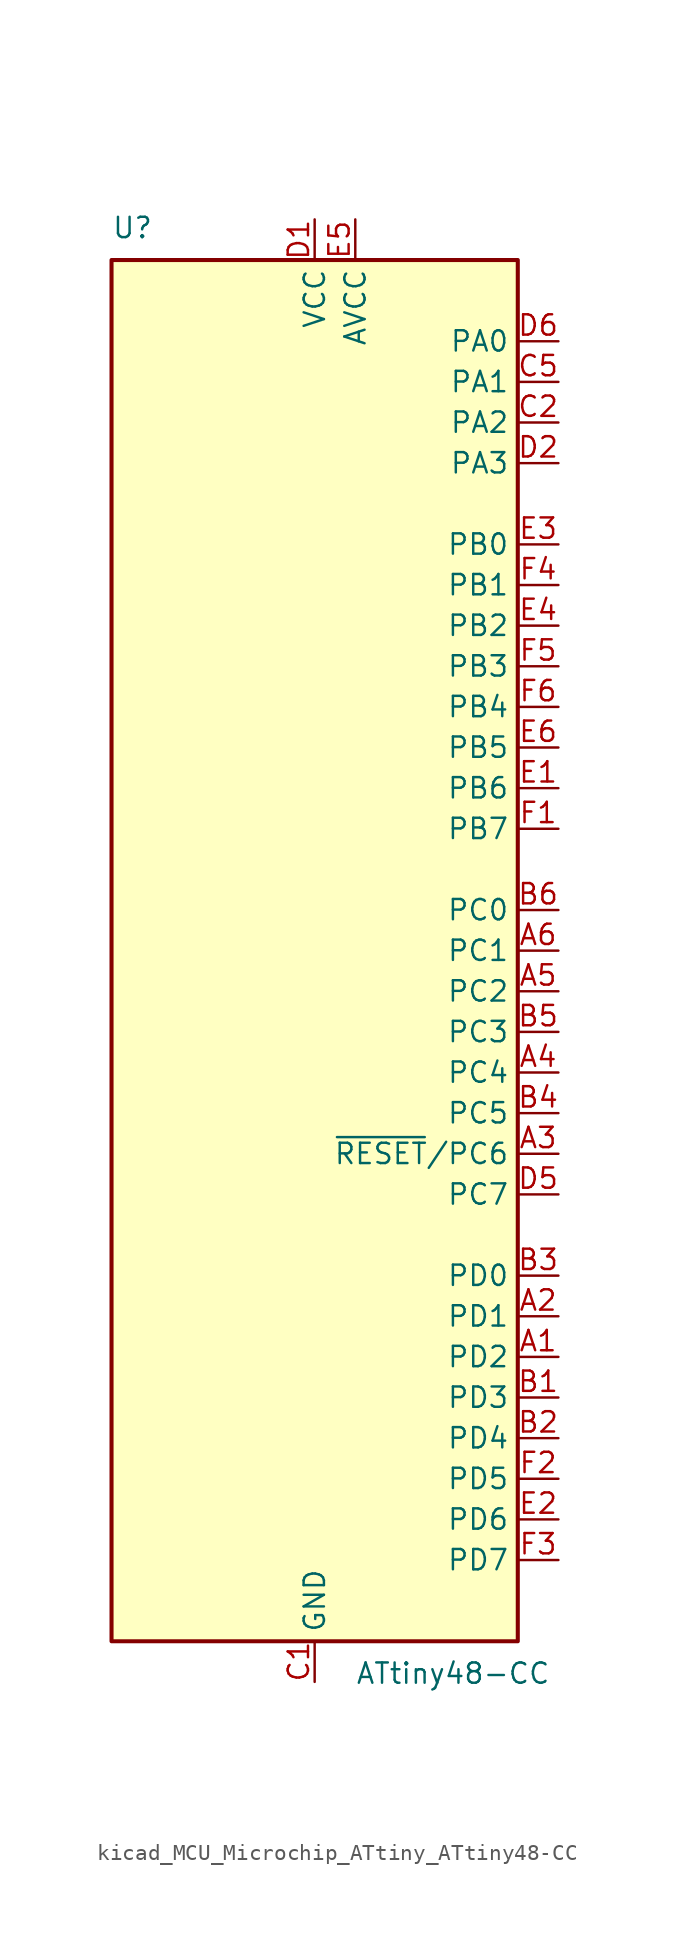
<source format=kicad_sym>
(kicad_symbol_lib
  (version 20220914)
  (generator kicad_symbol_editor)
  (symbol "kicad_MCU_Microchip_ATtiny_ATtiny48-CC"
    (property "Reference" "U"
      (at -12.7 44.45 0)
      (effects (font (size 1.27 1.27)) (justify left bottom)))
    (property "Value" "ATtiny48-CC"
      (at 2.54 -44.45 0)
      (effects (font (size 1.27 1.27)) (justify left top)))
    (symbol "kicad_MCU_Microchip_ATtiny_ATtiny48-CC_0_1"
      (rectangle (start -12.7 -43.18) (end 12.7 43.18) (stroke (width 0.254) (type default)) (fill (type background))))
    (symbol "kicad_MCU_Microchip_ATtiny_ATtiny48-CC_1_1"
      (pin bidirectional line (at 15.24 -25.4 180) (length 2.54) (name "PD2" (effects (font (size 1.27 1.27)))) (number "A1" (effects (font (size 1.27 1.27)))))
      (pin bidirectional line (at 15.24 -22.86 180) (length 2.54) (name "PD1" (effects (font (size 1.27 1.27)))) (number "A2" (effects (font (size 1.27 1.27)))))
      (pin bidirectional line (at 15.24 -12.7 180) (length 2.54) (name "~{RESET}/PC6" (effects (font (size 1.27 1.27)))) (number "A3" (effects (font (size 1.27 1.27)))))
      (pin bidirectional line (at 15.24 -7.62 180) (length 2.54) (name "PC4" (effects (font (size 1.27 1.27)))) (number "A4" (effects (font (size 1.27 1.27)))))
      (pin bidirectional line (at 15.24 -2.54 180) (length 2.54) (name "PC2" (effects (font (size 1.27 1.27)))) (number "A5" (effects (font (size 1.27 1.27)))))
      (pin bidirectional line (at 15.24 0 180) (length 2.54) (name "PC1" (effects (font (size 1.27 1.27)))) (number "A6" (effects (font (size 1.27 1.27)))))
      (pin bidirectional line (at 15.24 -27.94 180) (length 2.54) (name "PD3" (effects (font (size 1.27 1.27)))) (number "B1" (effects (font (size 1.27 1.27)))))
      (pin bidirectional line (at 15.24 -30.48 180) (length 2.54) (name "PD4" (effects (font (size 1.27 1.27)))) (number "B2" (effects (font (size 1.27 1.27)))))
      (pin bidirectional line (at 15.24 -20.32 180) (length 2.54) (name "PD0" (effects (font (size 1.27 1.27)))) (number "B3" (effects (font (size 1.27 1.27)))))
      (pin bidirectional line (at 15.24 -10.16 180) (length 2.54) (name "PC5" (effects (font (size 1.27 1.27)))) (number "B4" (effects (font (size 1.27 1.27)))))
      (pin bidirectional line (at 15.24 -5.08 180) (length 2.54) (name "PC3" (effects (font (size 1.27 1.27)))) (number "B5" (effects (font (size 1.27 1.27)))))
      (pin bidirectional line (at 15.24 2.54 180) (length 2.54) (name "PC0" (effects (font (size 1.27 1.27)))) (number "B6" (effects (font (size 1.27 1.27)))))
      (pin power_in line (at 0 -45.72 90) (length 2.54) (name "GND" (effects (font (size 1.27 1.27)))) (number "C1" (effects (font (size 1.27 1.27)))))
      (pin bidirectional line (at 15.24 33.02 180) (length 2.54) (name "PA2" (effects (font (size 1.27 1.27)))) (number "C2" (effects (font (size 1.27 1.27)))))
      (pin bidirectional line (at 15.24 35.56 180) (length 2.54) (name "PA1" (effects (font (size 1.27 1.27)))) (number "C5" (effects (font (size 1.27 1.27)))))
      (pin passive line (at 0 -45.72 90) (length 2.54) hide (name "GND" (effects (font (size 1.27 1.27)))) (number "C6" (effects (font (size 1.27 1.27)))))
      (pin power_in line (at 0 45.72 270) (length 2.54) (name "VCC" (effects (font (size 1.27 1.27)))) (number "D1" (effects (font (size 1.27 1.27)))))
      (pin bidirectional line (at 15.24 30.48 180) (length 2.54) (name "PA3" (effects (font (size 1.27 1.27)))) (number "D2" (effects (font (size 1.27 1.27)))))
      (pin bidirectional line (at 15.24 -15.24 180) (length 2.54) (name "PC7" (effects (font (size 1.27 1.27)))) (number "D5" (effects (font (size 1.27 1.27)))))
      (pin bidirectional line (at 15.24 38.1 180) (length 2.54) (name "PA0" (effects (font (size 1.27 1.27)))) (number "D6" (effects (font (size 1.27 1.27)))))
      (pin bidirectional line (at 15.24 10.16 180) (length 2.54) (name "PB6" (effects (font (size 1.27 1.27)))) (number "E1" (effects (font (size 1.27 1.27)))))
      (pin bidirectional line (at 15.24 -35.56 180) (length 2.54) (name "PD6" (effects (font (size 1.27 1.27)))) (number "E2" (effects (font (size 1.27 1.27)))))
      (pin bidirectional line (at 15.24 25.4 180) (length 2.54) (name "PB0" (effects (font (size 1.27 1.27)))) (number "E3" (effects (font (size 1.27 1.27)))))
      (pin bidirectional line (at 15.24 20.32 180) (length 2.54) (name "PB2" (effects (font (size 1.27 1.27)))) (number "E4" (effects (font (size 1.27 1.27)))))
      (pin power_in line (at 2.54 45.72 270) (length 2.54) (name "AVCC" (effects (font (size 1.27 1.27)))) (number "E5" (effects (font (size 1.27 1.27)))))
      (pin bidirectional line (at 15.24 12.7 180) (length 2.54) (name "PB5" (effects (font (size 1.27 1.27)))) (number "E6" (effects (font (size 1.27 1.27)))))
      (pin bidirectional line (at 15.24 7.62 180) (length 2.54) (name "PB7" (effects (font (size 1.27 1.27)))) (number "F1" (effects (font (size 1.27 1.27)))))
      (pin bidirectional line (at 15.24 -33.02 180) (length 2.54) (name "PD5" (effects (font (size 1.27 1.27)))) (number "F2" (effects (font (size 1.27 1.27)))))
      (pin bidirectional line (at 15.24 -38.1 180) (length 2.54) (name "PD7" (effects (font (size 1.27 1.27)))) (number "F3" (effects (font (size 1.27 1.27)))))
      (pin bidirectional line (at 15.24 22.86 180) (length 2.54) (name "PB1" (effects (font (size 1.27 1.27)))) (number "F4" (effects (font (size 1.27 1.27)))))
      (pin bidirectional line (at 15.24 17.78 180) (length 2.54) (name "PB3" (effects (font (size 1.27 1.27)))) (number "F5" (effects (font (size 1.27 1.27)))))
      (pin bidirectional line (at 15.24 15.24 180) (length 2.54) (name "PB4" (effects (font (size 1.27 1.27)))) (number "F6" (effects (font (size 1.27 1.27))))))))
</source>
